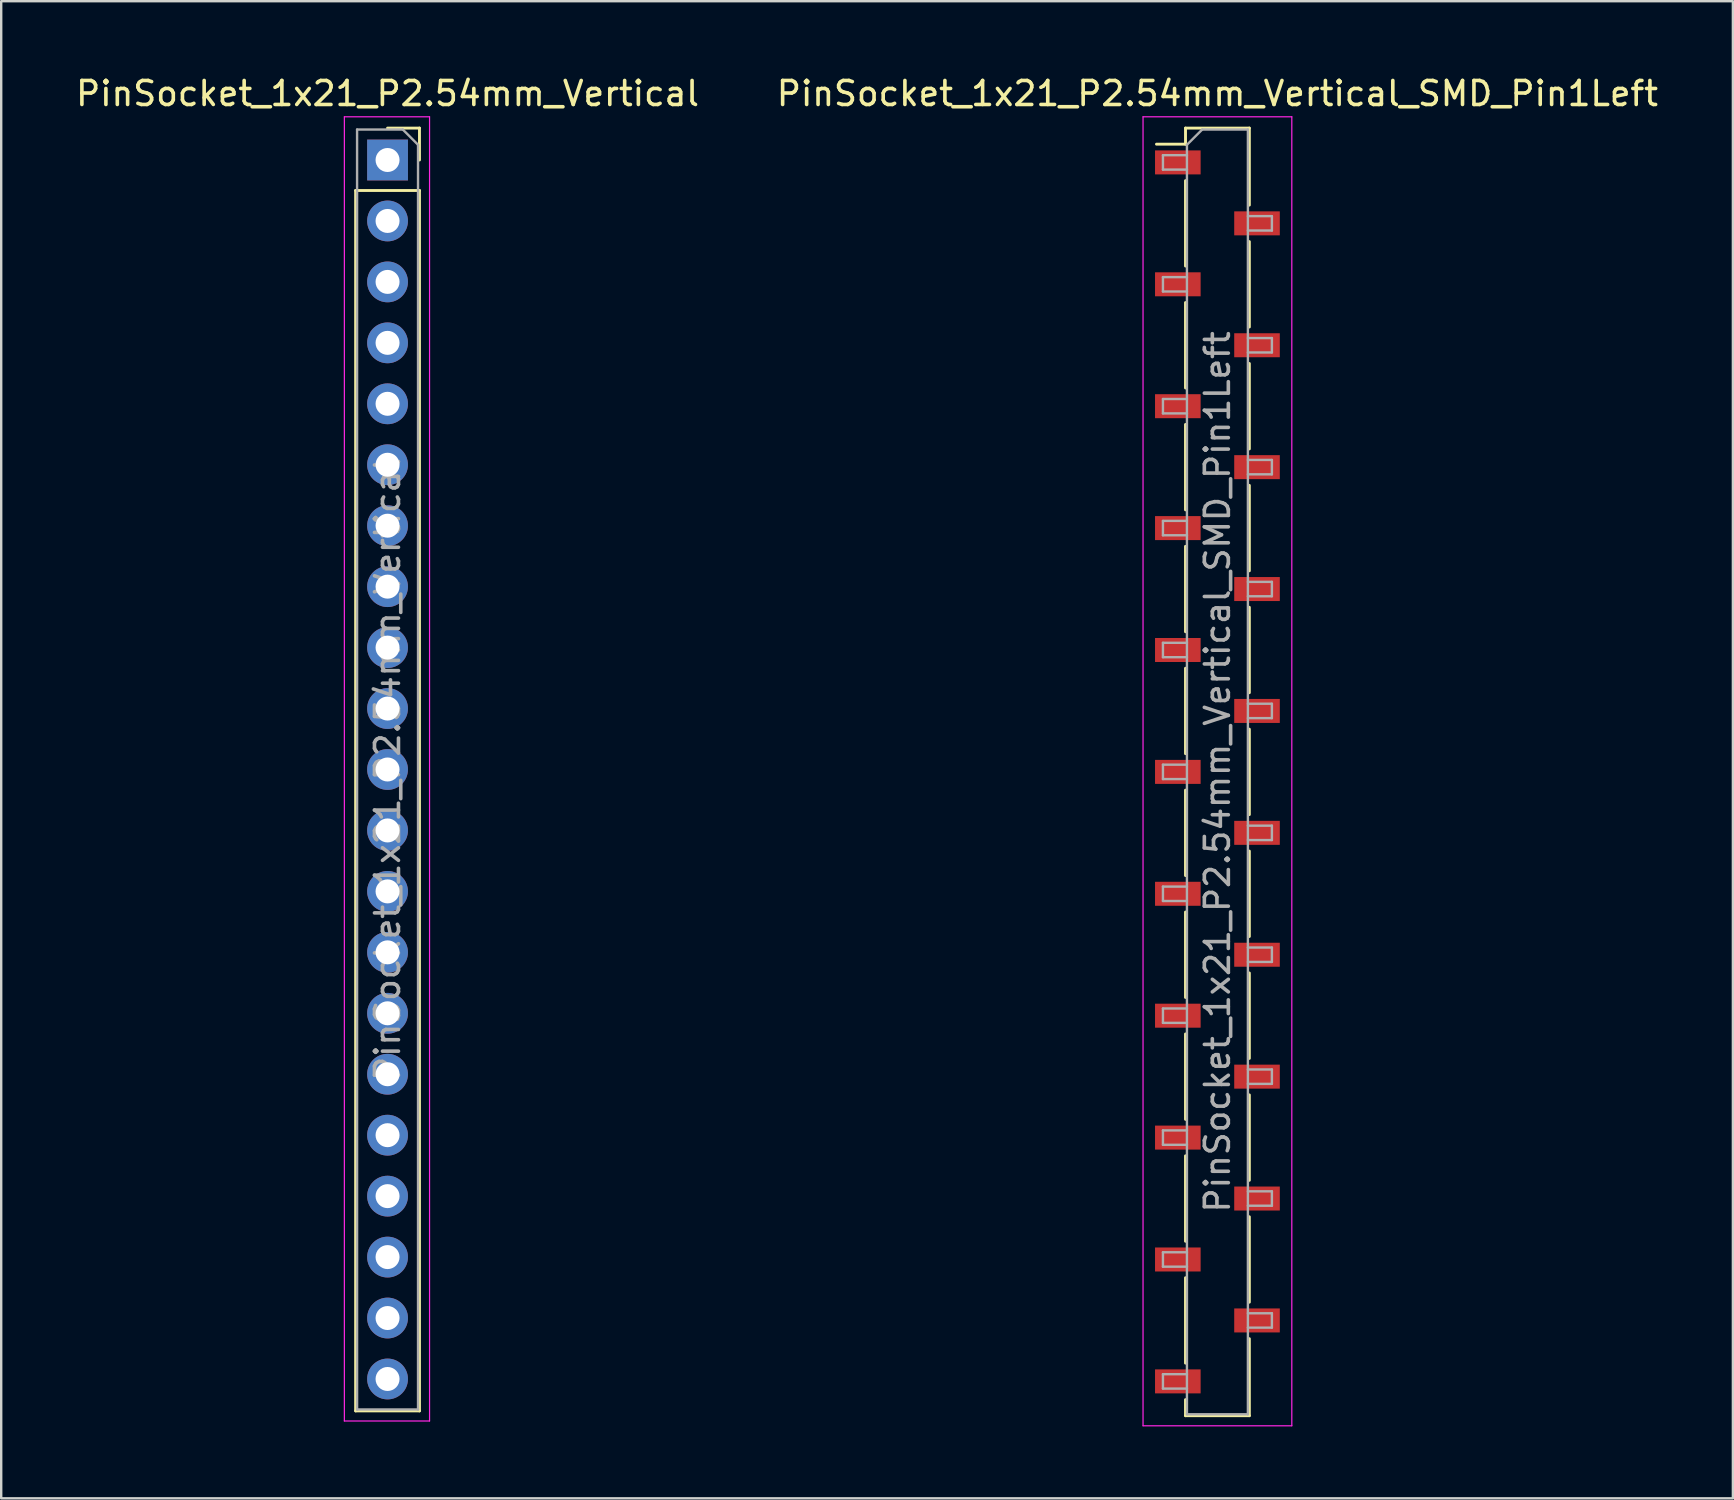
<source format=kicad_pcb>
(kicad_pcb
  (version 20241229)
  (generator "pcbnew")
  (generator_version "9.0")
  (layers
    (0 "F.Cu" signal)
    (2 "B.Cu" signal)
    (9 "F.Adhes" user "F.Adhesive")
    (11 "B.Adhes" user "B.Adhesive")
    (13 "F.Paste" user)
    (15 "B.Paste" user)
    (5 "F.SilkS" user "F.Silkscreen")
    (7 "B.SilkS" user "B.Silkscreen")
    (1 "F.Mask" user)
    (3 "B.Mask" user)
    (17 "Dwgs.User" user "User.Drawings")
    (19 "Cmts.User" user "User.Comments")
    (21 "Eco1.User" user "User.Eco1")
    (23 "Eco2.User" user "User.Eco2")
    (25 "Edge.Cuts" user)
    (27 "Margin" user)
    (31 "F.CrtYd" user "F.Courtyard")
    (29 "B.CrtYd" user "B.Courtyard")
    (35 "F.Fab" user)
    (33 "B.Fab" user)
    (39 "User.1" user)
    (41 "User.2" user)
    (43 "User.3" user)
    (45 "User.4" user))
  (footprint "PinSocket_1x21_P2.54mm_Vertical"
    (layer "F.Cu")
    (at 13.101 3.618)
    (property "Reference" "PinSocket_1x21_P2.54mm_Vertical" (at 0 -2.77 0) (layer "F.SilkS") (effects (font (size 1 1) (thickness 0.15))))
    (attr through_hole)
    (fp_line (start -1.33 1.27) (end -1.33 52.13) (stroke (width 0.12) (type solid)) (layer "F.SilkS"))
    (fp_line (start -1.33 1.27) (end 1.33 1.27) (stroke (width 0.12) (type solid)) (layer "F.SilkS"))
    (fp_line (start -1.33 52.13) (end 1.33 52.13) (stroke (width 0.12) (type solid)) (layer "F.SilkS"))
    (fp_line (start 0 -1.33) (end 1.33 -1.33) (stroke (width 0.12) (type solid)) (layer "F.SilkS"))
    (fp_line (start 1.33 -1.33) (end 1.33 0) (stroke (width 0.12) (type solid)) (layer "F.SilkS"))
    (fp_line (start 1.33 1.27) (end 1.33 52.13) (stroke (width 0.12) (type solid)) (layer "F.SilkS"))
    (fp_line (start -1.8 -1.8) (end 1.75 -1.8) (stroke (width 0.05) (type solid)) (layer "F.CrtYd"))
    (fp_line (start -1.8 52.55) (end -1.8 -1.8) (stroke (width 0.05) (type solid)) (layer "F.CrtYd"))
    (fp_line (start 1.75 -1.8) (end 1.75 52.55) (stroke (width 0.05) (type solid)) (layer "F.CrtYd"))
    (fp_line (start 1.75 52.55) (end -1.8 52.55) (stroke (width 0.05) (type solid)) (layer "F.CrtYd"))
    (fp_line (start -1.27 -1.27) (end 0.635 -1.27) (stroke (width 0.1) (type solid)) (layer "F.Fab"))
    (fp_line (start -1.27 52.07) (end -1.27 -1.27) (stroke (width 0.1) (type solid)) (layer "F.Fab"))
    (fp_line (start 0.635 -1.27) (end 1.27 -0.635) (stroke (width 0.1) (type solid)) (layer "F.Fab"))
    (fp_line (start 1.27 -0.635) (end 1.27 52.07) (stroke (width 0.1) (type solid)) (layer "F.Fab"))
    (fp_line (start 1.27 52.07) (end -1.27 52.07) (stroke (width 0.1) (type solid)) (layer "F.Fab"))
    (fp_text user "${REFERENCE}" (at 0 25.4 90) (layer "F.Fab") (effects (font (size 1 1) (thickness 0.15))))
    (pad "1" thru_hole rect (at 0 0) (size 1.7 1.7) (drill 1) (layers "*.Cu" "*.Mask"))
    (pad "2" thru_hole oval (at 0 2.54) (size 1.7 1.7) (drill 1) (layers "*.Cu" "*.Mask"))
    (pad "3" thru_hole oval (at 0 5.08) (size 1.7 1.7) (drill 1) (layers "*.Cu" "*.Mask"))
    (pad "4" thru_hole oval (at 0 7.62) (size 1.7 1.7) (drill 1) (layers "*.Cu" "*.Mask"))
    (pad "5" thru_hole oval (at 0 10.16) (size 1.7 1.7) (drill 1) (layers "*.Cu" "*.Mask"))
    (pad "6" thru_hole oval (at 0 12.7) (size 1.7 1.7) (drill 1) (layers "*.Cu" "*.Mask"))
    (pad "7" thru_hole oval (at 0 15.24) (size 1.7 1.7) (drill 1) (layers "*.Cu" "*.Mask"))
    (pad "8" thru_hole oval (at 0 17.78) (size 1.7 1.7) (drill 1) (layers "*.Cu" "*.Mask"))
    (pad "9" thru_hole oval (at 0 20.32) (size 1.7 1.7) (drill 1) (layers "*.Cu" "*.Mask"))
    (pad "10" thru_hole oval (at 0 22.86) (size 1.7 1.7) (drill 1) (layers "*.Cu" "*.Mask"))
    (pad "11" thru_hole oval (at 0 25.4) (size 1.7 1.7) (drill 1) (layers "*.Cu" "*.Mask"))
    (pad "12" thru_hole oval (at 0 27.94) (size 1.7 1.7) (drill 1) (layers "*.Cu" "*.Mask"))
    (pad "13" thru_hole oval (at 0 30.48) (size 1.7 1.7) (drill 1) (layers "*.Cu" "*.Mask"))
    (pad "14" thru_hole oval (at 0 33.02) (size 1.7 1.7) (drill 1) (layers "*.Cu" "*.Mask"))
    (pad "15" thru_hole oval (at 0 35.56) (size 1.7 1.7) (drill 1) (layers "*.Cu" "*.Mask"))
    (pad "16" thru_hole oval (at 0 38.1) (size 1.7 1.7) (drill 1) (layers "*.Cu" "*.Mask"))
    (pad "17" thru_hole oval (at 0 40.64) (size 1.7 1.7) (drill 1) (layers "*.Cu" "*.Mask"))
    (pad "18" thru_hole oval (at 0 43.18) (size 1.7 1.7) (drill 1) (layers "*.Cu" "*.Mask"))
    (pad "19" thru_hole oval (at 0 45.72) (size 1.7 1.7) (drill 1) (layers "*.Cu" "*.Mask"))
    (pad "20" thru_hole oval (at 0 48.26) (size 1.7 1.7) (drill 1) (layers "*.Cu" "*.Mask"))
    (pad "21" thru_hole oval (at 0 50.8) (size 1.7 1.7) (drill 1) (layers "*.Cu" "*.Mask")))
  (footprint "PinSocket_1x21_P2.54mm_Vertical_SMD_Pin1Left"
    (layer "F.Cu")
    (at 47.685 29.118)
    (property "Reference" "PinSocket_1x21_P2.54mm_Vertical_SMD_Pin1Left" (at 0 -28.27 0) (layer "F.SilkS") (effects (font (size 1 1) (thickness 0.15))))
    (attr smd)
    (fp_line (start -2.54 -26.16) (end -1.33 -26.16) (stroke (width 0.12) (type solid)) (layer "F.SilkS"))
    (fp_line (start -1.33 -26.83) (end -1.33 -26.16) (stroke (width 0.12) (type solid)) (layer "F.SilkS"))
    (fp_line (start -1.33 -26.83) (end 1.33 -26.83) (stroke (width 0.12) (type solid)) (layer "F.SilkS"))
    (fp_line (start -1.33 -24.64) (end -1.33 -21.08) (stroke (width 0.12) (type solid)) (layer "F.SilkS"))
    (fp_line (start -1.33 -19.56) (end -1.33 -16) (stroke (width 0.12) (type solid)) (layer "F.SilkS"))
    (fp_line (start -1.33 -14.48) (end -1.33 -10.92) (stroke (width 0.12) (type solid)) (layer "F.SilkS"))
    (fp_line (start -1.33 -9.4) (end -1.33 -5.84) (stroke (width 0.12) (type solid)) (layer "F.SilkS"))
    (fp_line (start -1.33 -4.32) (end -1.33 -0.76) (stroke (width 0.12) (type solid)) (layer "F.SilkS"))
    (fp_line (start -1.33 0.76) (end -1.33 4.32) (stroke (width 0.12) (type solid)) (layer "F.SilkS"))
    (fp_line (start -1.33 5.84) (end -1.33 9.4) (stroke (width 0.12) (type solid)) (layer "F.SilkS"))
    (fp_line (start -1.33 10.92) (end -1.33 14.48) (stroke (width 0.12) (type solid)) (layer "F.SilkS"))
    (fp_line (start -1.33 16) (end -1.33 19.56) (stroke (width 0.12) (type solid)) (layer "F.SilkS"))
    (fp_line (start -1.33 21.08) (end -1.33 24.64) (stroke (width 0.12) (type solid)) (layer "F.SilkS"))
    (fp_line (start -1.33 26.16) (end -1.33 26.83) (stroke (width 0.12) (type solid)) (layer "F.SilkS"))
    (fp_line (start -1.33 26.83) (end 1.33 26.83) (stroke (width 0.12) (type solid)) (layer "F.SilkS"))
    (fp_line (start 1.33 -26.83) (end 1.33 -23.62) (stroke (width 0.12) (type solid)) (layer "F.SilkS"))
    (fp_line (start 1.33 -22.1) (end 1.33 -18.54) (stroke (width 0.12) (type solid)) (layer "F.SilkS"))
    (fp_line (start 1.33 -17.02) (end 1.33 -13.46) (stroke (width 0.12) (type solid)) (layer "F.SilkS"))
    (fp_line (start 1.33 -11.94) (end 1.33 -8.38) (stroke (width 0.12) (type solid)) (layer "F.SilkS"))
    (fp_line (start 1.33 -6.86) (end 1.33 -3.3) (stroke (width 0.12) (type solid)) (layer "F.SilkS"))
    (fp_line (start 1.33 -1.78) (end 1.33 1.78) (stroke (width 0.12) (type solid)) (layer "F.SilkS"))
    (fp_line (start 1.33 3.3) (end 1.33 6.86) (stroke (width 0.12) (type solid)) (layer "F.SilkS"))
    (fp_line (start 1.33 8.38) (end 1.33 11.94) (stroke (width 0.12) (type solid)) (layer "F.SilkS"))
    (fp_line (start 1.33 13.46) (end 1.33 17.02) (stroke (width 0.12) (type solid)) (layer "F.SilkS"))
    (fp_line (start 1.33 18.54) (end 1.33 22.1) (stroke (width 0.12) (type solid)) (layer "F.SilkS"))
    (fp_line (start 1.33 23.62) (end 1.33 26.83) (stroke (width 0.12) (type solid)) (layer "F.SilkS"))
    (fp_line (start -3.1 -27.3) (end 3.1 -27.3) (stroke (width 0.05) (type solid)) (layer "F.CrtYd"))
    (fp_line (start -3.1 27.25) (end -3.1 -27.3) (stroke (width 0.05) (type solid)) (layer "F.CrtYd"))
    (fp_line (start 3.1 -27.3) (end 3.1 27.25) (stroke (width 0.05) (type solid)) (layer "F.CrtYd"))
    (fp_line (start 3.1 27.25) (end -3.1 27.25) (stroke (width 0.05) (type solid)) (layer "F.CrtYd"))
    (fp_line (start -2.27 -25.7) (end -1.27 -25.7) (stroke (width 0.1) (type solid)) (layer "F.Fab"))
    (fp_line (start -2.27 -25.1) (end -2.27 -25.7) (stroke (width 0.1) (type solid)) (layer "F.Fab"))
    (fp_line (start -2.27 -20.62) (end -1.27 -20.62) (stroke (width 0.1) (type solid)) (layer "F.Fab"))
    (fp_line (start -2.27 -20.02) (end -2.27 -20.62) (stroke (width 0.1) (type solid)) (layer "F.Fab"))
    (fp_line (start -2.27 -15.54) (end -1.27 -15.54) (stroke (width 0.1) (type solid)) (layer "F.Fab"))
    (fp_line (start -2.27 -14.94) (end -2.27 -15.54) (stroke (width 0.1) (type solid)) (layer "F.Fab"))
    (fp_line (start -2.27 -10.46) (end -1.27 -10.46) (stroke (width 0.1) (type solid)) (layer "F.Fab"))
    (fp_line (start -2.27 -9.86) (end -2.27 -10.46) (stroke (width 0.1) (type solid)) (layer "F.Fab"))
    (fp_line (start -2.27 -5.38) (end -1.27 -5.38) (stroke (width 0.1) (type solid)) (layer "F.Fab"))
    (fp_line (start -2.27 -4.78) (end -2.27 -5.38) (stroke (width 0.1) (type solid)) (layer "F.Fab"))
    (fp_line (start -2.27 -0.3) (end -1.27 -0.3) (stroke (width 0.1) (type solid)) (layer "F.Fab"))
    (fp_line (start -2.27 0.3) (end -2.27 -0.3) (stroke (width 0.1) (type solid)) (layer "F.Fab"))
    (fp_line (start -2.27 4.78) (end -1.27 4.78) (stroke (width 0.1) (type solid)) (layer "F.Fab"))
    (fp_line (start -2.27 5.38) (end -2.27 4.78) (stroke (width 0.1) (type solid)) (layer "F.Fab"))
    (fp_line (start -2.27 9.86) (end -1.27 9.86) (stroke (width 0.1) (type solid)) (layer "F.Fab"))
    (fp_line (start -2.27 10.46) (end -2.27 9.86) (stroke (width 0.1) (type solid)) (layer "F.Fab"))
    (fp_line (start -2.27 14.94) (end -1.27 14.94) (stroke (width 0.1) (type solid)) (layer "F.Fab"))
    (fp_line (start -2.27 15.54) (end -2.27 14.94) (stroke (width 0.1) (type solid)) (layer "F.Fab"))
    (fp_line (start -2.27 20.02) (end -1.27 20.02) (stroke (width 0.1) (type solid)) (layer "F.Fab"))
    (fp_line (start -2.27 20.62) (end -2.27 20.02) (stroke (width 0.1) (type solid)) (layer "F.Fab"))
    (fp_line (start -2.27 25.1) (end -1.27 25.1) (stroke (width 0.1) (type solid)) (layer "F.Fab"))
    (fp_line (start -2.27 25.7) (end -2.27 25.1) (stroke (width 0.1) (type solid)) (layer "F.Fab"))
    (fp_line (start -1.27 -26.135) (end -0.635 -26.77) (stroke (width 0.1) (type solid)) (layer "F.Fab"))
    (fp_line (start -1.27 -25.1) (end -2.27 -25.1) (stroke (width 0.1) (type solid)) (layer "F.Fab"))
    (fp_line (start -1.27 -20.02) (end -2.27 -20.02) (stroke (width 0.1) (type solid)) (layer "F.Fab"))
    (fp_line (start -1.27 -14.94) (end -2.27 -14.94) (stroke (width 0.1) (type solid)) (layer "F.Fab"))
    (fp_line (start -1.27 -9.86) (end -2.27 -9.86) (stroke (width 0.1) (type solid)) (layer "F.Fab"))
    (fp_line (start -1.27 -4.78) (end -2.27 -4.78) (stroke (width 0.1) (type solid)) (layer "F.Fab"))
    (fp_line (start -1.27 0.3) (end -2.27 0.3) (stroke (width 0.1) (type solid)) (layer "F.Fab"))
    (fp_line (start -1.27 5.38) (end -2.27 5.38) (stroke (width 0.1) (type solid)) (layer "F.Fab"))
    (fp_line (start -1.27 10.46) (end -2.27 10.46) (stroke (width 0.1) (type solid)) (layer "F.Fab"))
    (fp_line (start -1.27 15.54) (end -2.27 15.54) (stroke (width 0.1) (type solid)) (layer "F.Fab"))
    (fp_line (start -1.27 20.62) (end -2.27 20.62) (stroke (width 0.1) (type solid)) (layer "F.Fab"))
    (fp_line (start -1.27 25.7) (end -2.27 25.7) (stroke (width 0.1) (type solid)) (layer "F.Fab"))
    (fp_line (start -1.27 26.77) (end -1.27 -26.135) (stroke (width 0.1) (type solid)) (layer "F.Fab"))
    (fp_line (start -0.635 -26.77) (end 1.27 -26.77) (stroke (width 0.1) (type solid)) (layer "F.Fab"))
    (fp_line (start 1.27 -26.77) (end 1.27 26.77) (stroke (width 0.1) (type solid)) (layer "F.Fab"))
    (fp_line (start 1.27 -23.16) (end 2.27 -23.16) (stroke (width 0.1) (type solid)) (layer "F.Fab"))
    (fp_line (start 1.27 -18.08) (end 2.27 -18.08) (stroke (width 0.1) (type solid)) (layer "F.Fab"))
    (fp_line (start 1.27 -13) (end 2.27 -13) (stroke (width 0.1) (type solid)) (layer "F.Fab"))
    (fp_line (start 1.27 -7.92) (end 2.27 -7.92) (stroke (width 0.1) (type solid)) (layer "F.Fab"))
    (fp_line (start 1.27 -2.84) (end 2.27 -2.84) (stroke (width 0.1) (type solid)) (layer "F.Fab"))
    (fp_line (start 1.27 2.24) (end 2.27 2.24) (stroke (width 0.1) (type solid)) (layer "F.Fab"))
    (fp_line (start 1.27 7.32) (end 2.27 7.32) (stroke (width 0.1) (type solid)) (layer "F.Fab"))
    (fp_line (start 1.27 12.4) (end 2.27 12.4) (stroke (width 0.1) (type solid)) (layer "F.Fab"))
    (fp_line (start 1.27 17.48) (end 2.27 17.48) (stroke (width 0.1) (type solid)) (layer "F.Fab"))
    (fp_line (start 1.27 22.56) (end 2.27 22.56) (stroke (width 0.1) (type solid)) (layer "F.Fab"))
    (fp_line (start 1.27 26.77) (end -1.27 26.77) (stroke (width 0.1) (type solid)) (layer "F.Fab"))
    (fp_line (start 2.27 -23.16) (end 2.27 -22.56) (stroke (width 0.1) (type solid)) (layer "F.Fab"))
    (fp_line (start 2.27 -22.56) (end 1.27 -22.56) (stroke (width 0.1) (type solid)) (layer "F.Fab"))
    (fp_line (start 2.27 -18.08) (end 2.27 -17.48) (stroke (width 0.1) (type solid)) (layer "F.Fab"))
    (fp_line (start 2.27 -17.48) (end 1.27 -17.48) (stroke (width 0.1) (type solid)) (layer "F.Fab"))
    (fp_line (start 2.27 -13) (end 2.27 -12.4) (stroke (width 0.1) (type solid)) (layer "F.Fab"))
    (fp_line (start 2.27 -12.4) (end 1.27 -12.4) (stroke (width 0.1) (type solid)) (layer "F.Fab"))
    (fp_line (start 2.27 -7.92) (end 2.27 -7.32) (stroke (width 0.1) (type solid)) (layer "F.Fab"))
    (fp_line (start 2.27 -7.32) (end 1.27 -7.32) (stroke (width 0.1) (type solid)) (layer "F.Fab"))
    (fp_line (start 2.27 -2.84) (end 2.27 -2.24) (stroke (width 0.1) (type solid)) (layer "F.Fab"))
    (fp_line (start 2.27 -2.24) (end 1.27 -2.24) (stroke (width 0.1) (type solid)) (layer "F.Fab"))
    (fp_line (start 2.27 2.24) (end 2.27 2.84) (stroke (width 0.1) (type solid)) (layer "F.Fab"))
    (fp_line (start 2.27 2.84) (end 1.27 2.84) (stroke (width 0.1) (type solid)) (layer "F.Fab"))
    (fp_line (start 2.27 7.32) (end 2.27 7.92) (stroke (width 0.1) (type solid)) (layer "F.Fab"))
    (fp_line (start 2.27 7.92) (end 1.27 7.92) (stroke (width 0.1) (type solid)) (layer "F.Fab"))
    (fp_line (start 2.27 12.4) (end 2.27 13) (stroke (width 0.1) (type solid)) (layer "F.Fab"))
    (fp_line (start 2.27 13) (end 1.27 13) (stroke (width 0.1) (type solid)) (layer "F.Fab"))
    (fp_line (start 2.27 17.48) (end 2.27 18.08) (stroke (width 0.1) (type solid)) (layer "F.Fab"))
    (fp_line (start 2.27 18.08) (end 1.27 18.08) (stroke (width 0.1) (type solid)) (layer "F.Fab"))
    (fp_line (start 2.27 22.56) (end 2.27 23.16) (stroke (width 0.1) (type solid)) (layer "F.Fab"))
    (fp_line (start 2.27 23.16) (end 1.27 23.16) (stroke (width 0.1) (type solid)) (layer "F.Fab"))
    (fp_text user "${REFERENCE}" (at 0 0 90) (layer "F.Fab") (effects (font (size 1 1) (thickness 0.15))))
    (pad "1" smd rect (at -1.65 -25.4) (size 1.9 1) (layers "F.Cu" "F.Mask" "F.Paste"))
    (pad "2" smd rect (at 1.65 -22.86) (size 1.9 1) (layers "F.Cu" "F.Mask" "F.Paste"))
    (pad "3" smd rect (at -1.65 -20.32) (size 1.9 1) (layers "F.Cu" "F.Mask" "F.Paste"))
    (pad "4" smd rect (at 1.65 -17.78) (size 1.9 1) (layers "F.Cu" "F.Mask" "F.Paste"))
    (pad "5" smd rect (at -1.65 -15.24) (size 1.9 1) (layers "F.Cu" "F.Mask" "F.Paste"))
    (pad "6" smd rect (at 1.65 -12.7) (size 1.9 1) (layers "F.Cu" "F.Mask" "F.Paste"))
    (pad "7" smd rect (at -1.65 -10.16) (size 1.9 1) (layers "F.Cu" "F.Mask" "F.Paste"))
    (pad "8" smd rect (at 1.65 -7.62) (size 1.9 1) (layers "F.Cu" "F.Mask" "F.Paste"))
    (pad "9" smd rect (at -1.65 -5.08) (size 1.9 1) (layers "F.Cu" "F.Mask" "F.Paste"))
    (pad "10" smd rect (at 1.65 -2.54) (size 1.9 1) (layers "F.Cu" "F.Mask" "F.Paste"))
    (pad "11" smd rect (at -1.65 0) (size 1.9 1) (layers "F.Cu" "F.Mask" "F.Paste"))
    (pad "12" smd rect (at 1.65 2.54) (size 1.9 1) (layers "F.Cu" "F.Mask" "F.Paste"))
    (pad "13" smd rect (at -1.65 5.08) (size 1.9 1) (layers "F.Cu" "F.Mask" "F.Paste"))
    (pad "14" smd rect (at 1.65 7.62) (size 1.9 1) (layers "F.Cu" "F.Mask" "F.Paste"))
    (pad "15" smd rect (at -1.65 10.16) (size 1.9 1) (layers "F.Cu" "F.Mask" "F.Paste"))
    (pad "16" smd rect (at 1.65 12.7) (size 1.9 1) (layers "F.Cu" "F.Mask" "F.Paste"))
    (pad "17" smd rect (at -1.65 15.24) (size 1.9 1) (layers "F.Cu" "F.Mask" "F.Paste"))
    (pad "18" smd rect (at 1.65 17.78) (size 1.9 1) (layers "F.Cu" "F.Mask" "F.Paste"))
    (pad "19" smd rect (at -1.65 20.32) (size 1.9 1) (layers "F.Cu" "F.Mask" "F.Paste"))
    (pad "20" smd rect (at 1.65 22.86) (size 1.9 1) (layers "F.Cu" "F.Mask" "F.Paste"))
    (pad "21" smd rect (at -1.65 25.4) (size 1.9 1) (layers "F.Cu" "F.Mask" "F.Paste")))
  (gr_rect
    (start -3 -3)
    (end 69.167 59.393)
    (stroke (width 0.1) (type default))
    (fill no)
    (layer "Edge.Cuts")))
</source>
